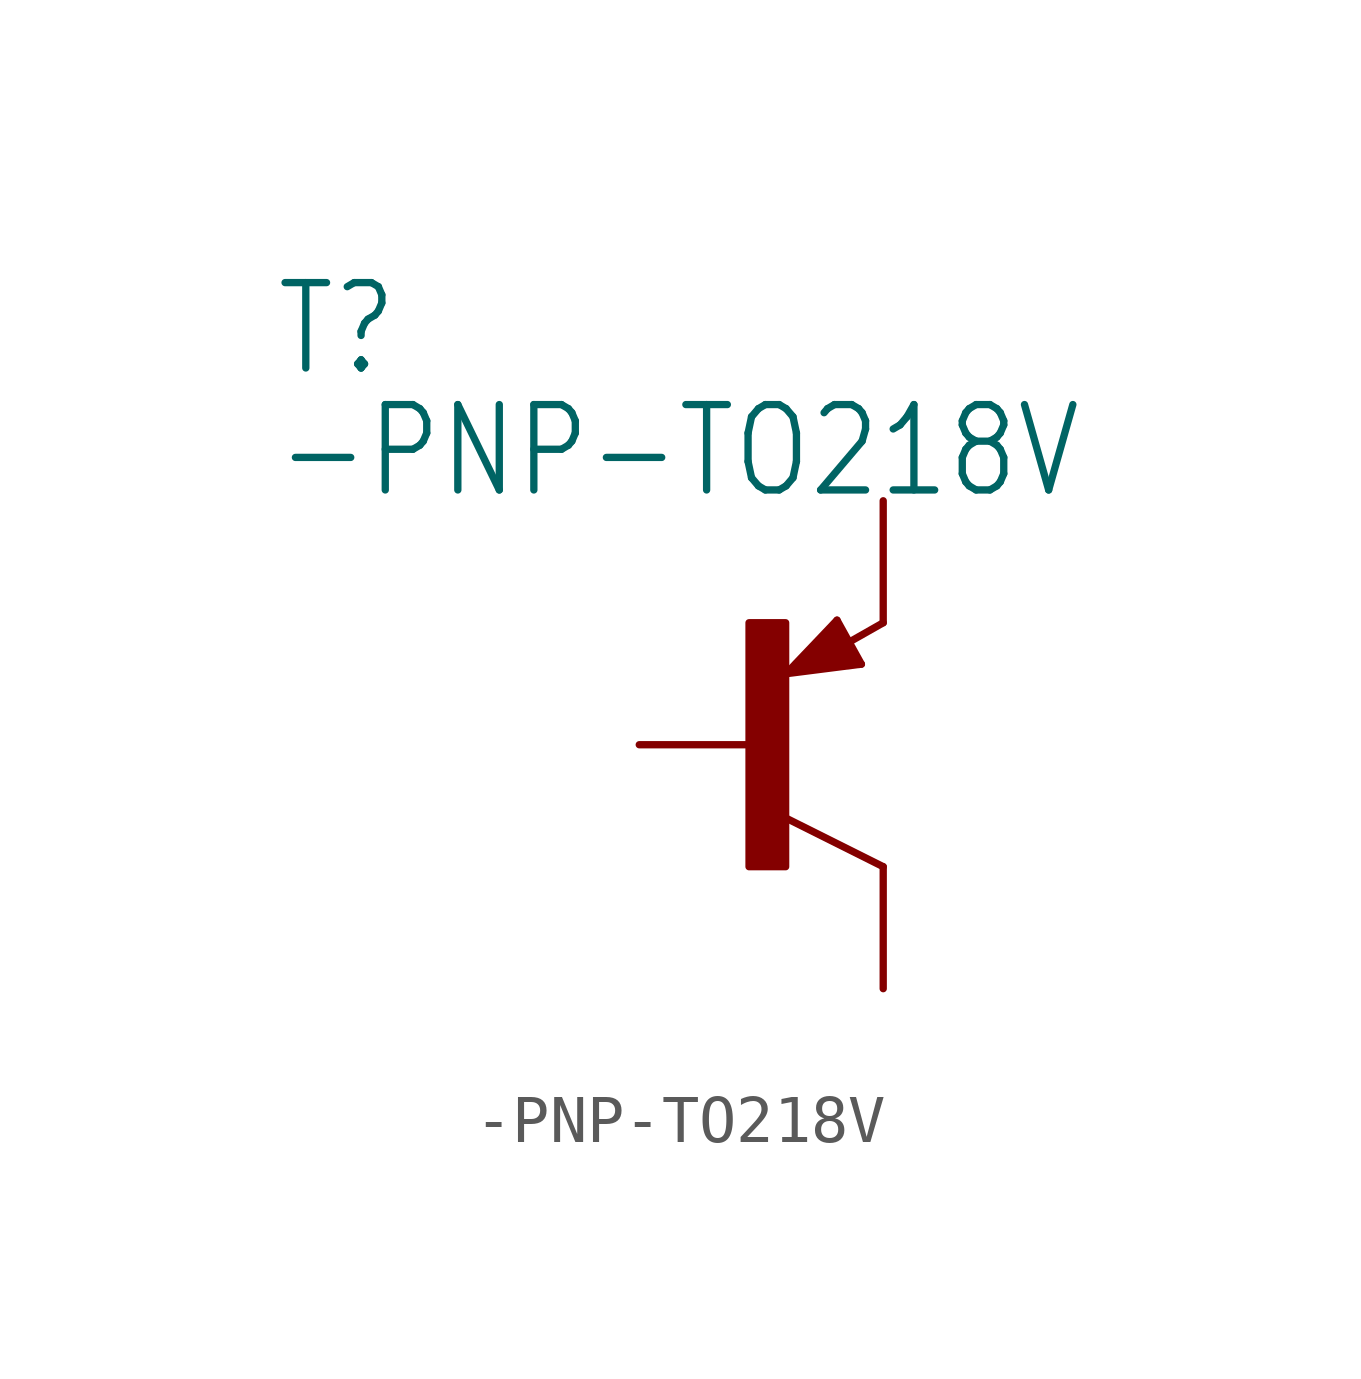
<source format=kicad_sym>
(kicad_symbol_lib
  (version 20211014)
  (generator kicad_symbol_editor)
  (symbol "-PNP-TO218V"
    (property "Reference" "T"
      (at -10.16 7.62 0)
      (effects (font (size 1.778 1.511)) (justify left bottom)))
    (property "Value" "-PNP-TO218V"
      (at -10.16 5.08 0)
      (effects (font (size 1.778 1.511)) (justify left bottom)))
    (property "ki_locked" ""
      (at 0 0 0)
      (effects (font (size 1.27 1.27))))
    (symbol "-PNP-TO218V_1_0"
      (rectangle (start -0.254 -2.54) (end 0.508 2.54) (stroke (width 0) (type default) (color 0 0 0 0)) (fill (type outline)))
      (polyline (pts (xy 0.516 1.478) (xy 2.086 1.678)) (stroke (width 0.152) (type default) (color 0 0 0 0)) (fill (type none)))
      (polyline (pts (xy 0.762 1.651) (xy 1.778 1.778)) (stroke (width 0.254) (type default) (color 0 0 0 0)) (fill (type none)))
      (polyline (pts (xy 1.143 1.905) (xy 1.524 1.905)) (stroke (width 0.254) (type default) (color 0 0 0 0)) (fill (type none)))
      (polyline (pts (xy 1.524 2.159) (xy 1.143 1.905)) (stroke (width 0.254) (type default) (color 0 0 0 0)) (fill (type none)))
      (polyline (pts (xy 1.524 2.413) (xy 0.762 1.651)) (stroke (width 0.254) (type default) (color 0 0 0 0)) (fill (type none)))
      (polyline (pts (xy 1.578 2.594) (xy 0.516 1.478)) (stroke (width 0.152) (type default) (color 0 0 0 0)) (fill (type none)))
      (polyline (pts (xy 1.778 1.778) (xy 1.524 2.159)) (stroke (width 0.254) (type default) (color 0 0 0 0)) (fill (type none)))
      (polyline (pts (xy 1.905 1.778) (xy 1.524 2.413)) (stroke (width 0.254) (type default) (color 0 0 0 0)) (fill (type none)))
      (polyline (pts (xy 2.086 1.678) (xy 1.578 2.594)) (stroke (width 0.152) (type default) (color 0 0 0 0)) (fill (type none)))
      (polyline (pts (xy 2.54 -2.54) (xy 0.508 -1.524)) (stroke (width 0.152) (type default) (color 0 0 0 0)) (fill (type none)))
      (polyline (pts (xy 2.54 2.54) (xy 1.808 2.124)) (stroke (width 0.152) (type default) (color 0 0 0 0)) (fill (type none)))
      (pin passive line (at -2.54 0 0) (length 2.54) (name "B" (effects (font (size 0 0)))) (number "1" (effects (font (size 0 0)))))
      (pin passive line (at 2.54 -5.08 90) (length 2.54) (name "C" (effects (font (size 0 0)))) (number "2" (effects (font (size 0 0)))))
      (pin passive line (at 2.54 5.08 270) (length 2.54) (name "E" (effects (font (size 0 0)))) (number "3" (effects (font (size 0 0))))))))
</source>
